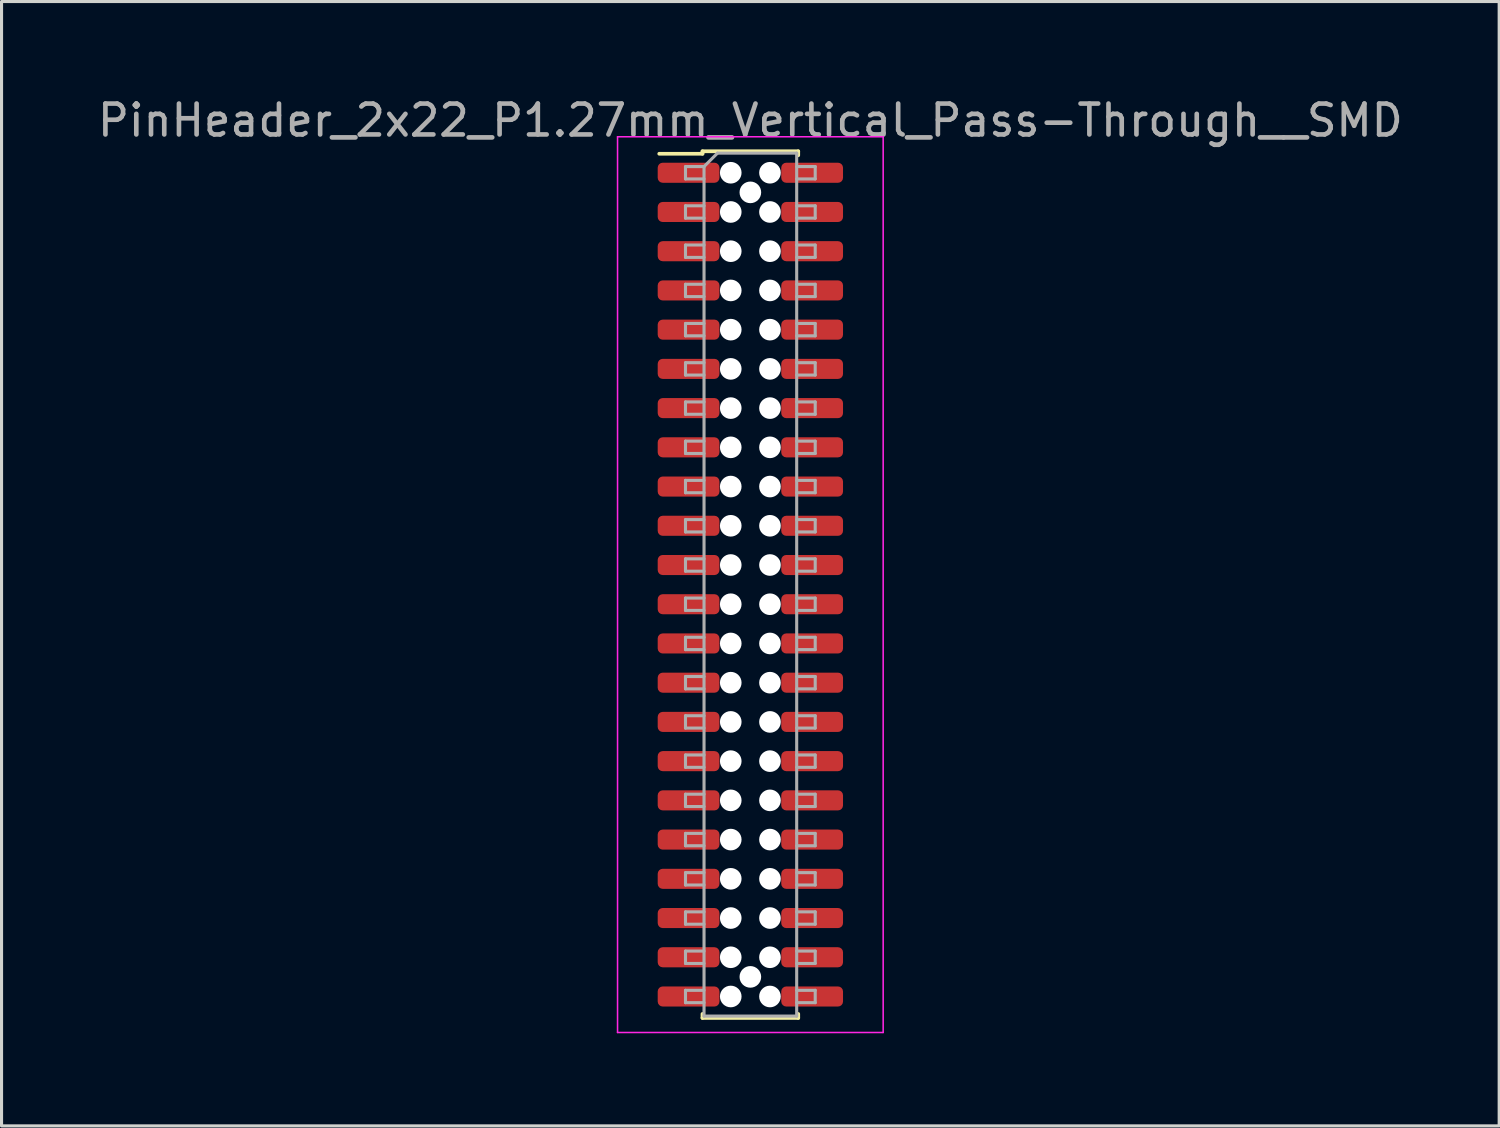
<source format=kicad_pcb>
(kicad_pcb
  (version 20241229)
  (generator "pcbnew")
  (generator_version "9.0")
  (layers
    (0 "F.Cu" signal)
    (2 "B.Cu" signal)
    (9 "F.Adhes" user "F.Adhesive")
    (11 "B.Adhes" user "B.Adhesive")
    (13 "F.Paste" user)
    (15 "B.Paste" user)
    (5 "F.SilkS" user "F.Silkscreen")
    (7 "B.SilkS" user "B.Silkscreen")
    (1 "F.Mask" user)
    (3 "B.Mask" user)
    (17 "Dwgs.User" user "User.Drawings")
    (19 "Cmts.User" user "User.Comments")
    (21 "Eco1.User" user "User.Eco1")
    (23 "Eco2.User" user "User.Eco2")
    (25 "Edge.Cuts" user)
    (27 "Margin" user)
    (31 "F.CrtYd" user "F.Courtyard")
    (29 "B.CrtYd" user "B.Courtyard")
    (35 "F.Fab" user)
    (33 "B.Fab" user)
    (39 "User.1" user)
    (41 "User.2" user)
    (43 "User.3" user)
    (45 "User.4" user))
  (footprint "PinHeader_2x22_P1.27mm_Vertical_Pass-Through__SMD"
    (layer "F.Cu")
    (at 21.244 15.878)
    (property "Reference" "PinHeader_2x22_P1.27mm_Vertical_Pass-Through__SMD" (at 0 -15.03 0) (layer "F.Fab") (effects (font (size 1 1) (thickness 0.15))))
    (attr smd)
    (fp_line (start -2.95 -13.95) (end -1.55 -13.95) (stroke (width 0.12) (type solid)) (layer "F.SilkS"))
    (fp_line (start -1.55 -14.03) (end -1.55 -13.95) (stroke (width 0.12) (type solid)) (layer "F.SilkS"))
    (fp_line (start -1.55 -14.03) (end 1.55 -14.03) (stroke (width 0.12) (type solid)) (layer "F.SilkS"))
    (fp_line (start -1.55 13.9) (end -1.55 14.03) (stroke (width 0.12) (type solid)) (layer "F.SilkS"))
    (fp_line (start -1.55 14.03) (end 1.55 14.03) (stroke (width 0.12) (type solid)) (layer "F.SilkS"))
    (fp_line (start 1.55 -14.03) (end 1.55 -13.9) (stroke (width 0.12) (type solid)) (layer "F.SilkS"))
    (fp_line (start 1.55 13.9) (end 1.55 14.03) (stroke (width 0.12) (type solid)) (layer "F.SilkS"))
    (fp_line (start -4.3 -14.5) (end -4.3 14.5) (stroke (width 0.05) (type solid)) (layer "F.CrtYd"))
    (fp_line (start -4.3 14.5) (end 4.3 14.5) (stroke (width 0.05) (type solid)) (layer "F.CrtYd"))
    (fp_line (start 4.3 -14.5) (end -4.3 -14.5) (stroke (width 0.05) (type solid)) (layer "F.CrtYd"))
    (fp_line (start 4.3 14.5) (end 4.3 -14.5) (stroke (width 0.05) (type solid)) (layer "F.CrtYd"))
    (fp_line (start -2.1 -13.535) (end -2.1 -13.135) (stroke (width 0.1) (type solid)) (layer "F.Fab"))
    (fp_line (start -2.1 -13.135) (end -1.5 -13.135) (stroke (width 0.1) (type solid)) (layer "F.Fab"))
    (fp_line (start -2.1 -12.265) (end -2.1 -11.865) (stroke (width 0.1) (type solid)) (layer "F.Fab"))
    (fp_line (start -2.1 -11.865) (end -1.5 -11.865) (stroke (width 0.1) (type solid)) (layer "F.Fab"))
    (fp_line (start -2.1 -10.995) (end -2.1 -10.595) (stroke (width 0.1) (type solid)) (layer "F.Fab"))
    (fp_line (start -2.1 -10.595) (end -1.5 -10.595) (stroke (width 0.1) (type solid)) (layer "F.Fab"))
    (fp_line (start -2.1 -9.725) (end -2.1 -9.325) (stroke (width 0.1) (type solid)) (layer "F.Fab"))
    (fp_line (start -2.1 -9.325) (end -1.5 -9.325) (stroke (width 0.1) (type solid)) (layer "F.Fab"))
    (fp_line (start -2.1 -8.455) (end -2.1 -8.055) (stroke (width 0.1) (type solid)) (layer "F.Fab"))
    (fp_line (start -2.1 -8.055) (end -1.5 -8.055) (stroke (width 0.1) (type solid)) (layer "F.Fab"))
    (fp_line (start -2.1 -7.185) (end -2.1 -6.785) (stroke (width 0.1) (type solid)) (layer "F.Fab"))
    (fp_line (start -2.1 -6.785) (end -1.5 -6.785) (stroke (width 0.1) (type solid)) (layer "F.Fab"))
    (fp_line (start -2.1 -5.915) (end -2.1 -5.515) (stroke (width 0.1) (type solid)) (layer "F.Fab"))
    (fp_line (start -2.1 -5.515) (end -1.5 -5.515) (stroke (width 0.1) (type solid)) (layer "F.Fab"))
    (fp_line (start -2.1 -4.645) (end -2.1 -4.245) (stroke (width 0.1) (type solid)) (layer "F.Fab"))
    (fp_line (start -2.1 -4.245) (end -1.5 -4.245) (stroke (width 0.1) (type solid)) (layer "F.Fab"))
    (fp_line (start -2.1 -3.375) (end -2.1 -2.975) (stroke (width 0.1) (type solid)) (layer "F.Fab"))
    (fp_line (start -2.1 -2.975) (end -1.5 -2.975) (stroke (width 0.1) (type solid)) (layer "F.Fab"))
    (fp_line (start -2.1 -2.105) (end -2.1 -1.705) (stroke (width 0.1) (type solid)) (layer "F.Fab"))
    (fp_line (start -2.1 -1.705) (end -1.5 -1.705) (stroke (width 0.1) (type solid)) (layer "F.Fab"))
    (fp_line (start -2.1 -0.835) (end -2.1 -0.435) (stroke (width 0.1) (type solid)) (layer "F.Fab"))
    (fp_line (start -2.1 -0.435) (end -1.5 -0.435) (stroke (width 0.1) (type solid)) (layer "F.Fab"))
    (fp_line (start -2.1 0.435) (end -2.1 0.835) (stroke (width 0.1) (type solid)) (layer "F.Fab"))
    (fp_line (start -2.1 0.835) (end -1.5 0.835) (stroke (width 0.1) (type solid)) (layer "F.Fab"))
    (fp_line (start -2.1 1.705) (end -2.1 2.105) (stroke (width 0.1) (type solid)) (layer "F.Fab"))
    (fp_line (start -2.1 2.105) (end -1.5 2.105) (stroke (width 0.1) (type solid)) (layer "F.Fab"))
    (fp_line (start -2.1 2.975) (end -2.1 3.375) (stroke (width 0.1) (type solid)) (layer "F.Fab"))
    (fp_line (start -2.1 3.375) (end -1.5 3.375) (stroke (width 0.1) (type solid)) (layer "F.Fab"))
    (fp_line (start -2.1 4.245) (end -2.1 4.645) (stroke (width 0.1) (type solid)) (layer "F.Fab"))
    (fp_line (start -2.1 4.645) (end -1.5 4.645) (stroke (width 0.1) (type solid)) (layer "F.Fab"))
    (fp_line (start -2.1 5.515) (end -2.1 5.915) (stroke (width 0.1) (type solid)) (layer "F.Fab"))
    (fp_line (start -2.1 5.915) (end -1.5 5.915) (stroke (width 0.1) (type solid)) (layer "F.Fab"))
    (fp_line (start -2.1 6.785) (end -2.1 7.185) (stroke (width 0.1) (type solid)) (layer "F.Fab"))
    (fp_line (start -2.1 7.185) (end -1.5 7.185) (stroke (width 0.1) (type solid)) (layer "F.Fab"))
    (fp_line (start -2.1 8.055) (end -2.1 8.455) (stroke (width 0.1) (type solid)) (layer "F.Fab"))
    (fp_line (start -2.1 8.455) (end -1.5 8.455) (stroke (width 0.1) (type solid)) (layer "F.Fab"))
    (fp_line (start -2.1 9.325) (end -2.1 9.725) (stroke (width 0.1) (type solid)) (layer "F.Fab"))
    (fp_line (start -2.1 9.725) (end -1.5 9.725) (stroke (width 0.1) (type solid)) (layer "F.Fab"))
    (fp_line (start -2.1 10.595) (end -2.1 10.995) (stroke (width 0.1) (type solid)) (layer "F.Fab"))
    (fp_line (start -2.1 10.995) (end -1.5 10.995) (stroke (width 0.1) (type solid)) (layer "F.Fab"))
    (fp_line (start -2.1 11.865) (end -2.1 12.265) (stroke (width 0.1) (type solid)) (layer "F.Fab"))
    (fp_line (start -2.1 12.265) (end -1.5 12.265) (stroke (width 0.1) (type solid)) (layer "F.Fab"))
    (fp_line (start -2.1 13.135) (end -2.1 13.535) (stroke (width 0.1) (type solid)) (layer "F.Fab"))
    (fp_line (start -2.1 13.535) (end -1.5 13.535) (stroke (width 0.1) (type solid)) (layer "F.Fab"))
    (fp_line (start -1.5 -13.535) (end -2.1 -13.535) (stroke (width 0.1) (type solid)) (layer "F.Fab"))
    (fp_line (start -1.5 -13.535) (end -1.065 -13.97) (stroke (width 0.1) (type solid)) (layer "F.Fab"))
    (fp_line (start -1.5 -12.265) (end -2.1 -12.265) (stroke (width 0.1) (type solid)) (layer "F.Fab"))
    (fp_line (start -1.5 -10.995) (end -2.1 -10.995) (stroke (width 0.1) (type solid)) (layer "F.Fab"))
    (fp_line (start -1.5 -9.725) (end -2.1 -9.725) (stroke (width 0.1) (type solid)) (layer "F.Fab"))
    (fp_line (start -1.5 -8.455) (end -2.1 -8.455) (stroke (width 0.1) (type solid)) (layer "F.Fab"))
    (fp_line (start -1.5 -7.185) (end -2.1 -7.185) (stroke (width 0.1) (type solid)) (layer "F.Fab"))
    (fp_line (start -1.5 -5.915) (end -2.1 -5.915) (stroke (width 0.1) (type solid)) (layer "F.Fab"))
    (fp_line (start -1.5 -4.645) (end -2.1 -4.645) (stroke (width 0.1) (type solid)) (layer "F.Fab"))
    (fp_line (start -1.5 -3.375) (end -2.1 -3.375) (stroke (width 0.1) (type solid)) (layer "F.Fab"))
    (fp_line (start -1.5 -2.105) (end -2.1 -2.105) (stroke (width 0.1) (type solid)) (layer "F.Fab"))
    (fp_line (start -1.5 -0.835) (end -2.1 -0.835) (stroke (width 0.1) (type solid)) (layer "F.Fab"))
    (fp_line (start -1.5 0.435) (end -2.1 0.435) (stroke (width 0.1) (type solid)) (layer "F.Fab"))
    (fp_line (start -1.5 1.705) (end -2.1 1.705) (stroke (width 0.1) (type solid)) (layer "F.Fab"))
    (fp_line (start -1.5 2.975) (end -2.1 2.975) (stroke (width 0.1) (type solid)) (layer "F.Fab"))
    (fp_line (start -1.5 4.245) (end -2.1 4.245) (stroke (width 0.1) (type solid)) (layer "F.Fab"))
    (fp_line (start -1.5 5.515) (end -2.1 5.515) (stroke (width 0.1) (type solid)) (layer "F.Fab"))
    (fp_line (start -1.5 6.785) (end -2.1 6.785) (stroke (width 0.1) (type solid)) (layer "F.Fab"))
    (fp_line (start -1.5 8.055) (end -2.1 8.055) (stroke (width 0.1) (type solid)) (layer "F.Fab"))
    (fp_line (start -1.5 9.325) (end -2.1 9.325) (stroke (width 0.1) (type solid)) (layer "F.Fab"))
    (fp_line (start -1.5 10.595) (end -2.1 10.595) (stroke (width 0.1) (type solid)) (layer "F.Fab"))
    (fp_line (start -1.5 11.865) (end -2.1 11.865) (stroke (width 0.1) (type solid)) (layer "F.Fab"))
    (fp_line (start -1.5 13.135) (end -2.1 13.135) (stroke (width 0.1) (type solid)) (layer "F.Fab"))
    (fp_line (start -1.5 13.97) (end -1.5 -13.535) (stroke (width 0.1) (type solid)) (layer "F.Fab"))
    (fp_line (start -1.065 -13.97) (end 1.5 -13.97) (stroke (width 0.1) (type solid)) (layer "F.Fab"))
    (fp_line (start 1.5 -13.97) (end 1.5 13.97) (stroke (width 0.1) (type solid)) (layer "F.Fab"))
    (fp_line (start 1.5 -13.535) (end 2.1 -13.535) (stroke (width 0.1) (type solid)) (layer "F.Fab"))
    (fp_line (start 1.5 -12.265) (end 2.1 -12.265) (stroke (width 0.1) (type solid)) (layer "F.Fab"))
    (fp_line (start 1.5 -10.995) (end 2.1 -10.995) (stroke (width 0.1) (type solid)) (layer "F.Fab"))
    (fp_line (start 1.5 -9.725) (end 2.1 -9.725) (stroke (width 0.1) (type solid)) (layer "F.Fab"))
    (fp_line (start 1.5 -8.455) (end 2.1 -8.455) (stroke (width 0.1) (type solid)) (layer "F.Fab"))
    (fp_line (start 1.5 -7.185) (end 2.1 -7.185) (stroke (width 0.1) (type solid)) (layer "F.Fab"))
    (fp_line (start 1.5 -5.915) (end 2.1 -5.915) (stroke (width 0.1) (type solid)) (layer "F.Fab"))
    (fp_line (start 1.5 -4.645) (end 2.1 -4.645) (stroke (width 0.1) (type solid)) (layer "F.Fab"))
    (fp_line (start 1.5 -3.375) (end 2.1 -3.375) (stroke (width 0.1) (type solid)) (layer "F.Fab"))
    (fp_line (start 1.5 -2.105) (end 2.1 -2.105) (stroke (width 0.1) (type solid)) (layer "F.Fab"))
    (fp_line (start 1.5 -0.835) (end 2.1 -0.835) (stroke (width 0.1) (type solid)) (layer "F.Fab"))
    (fp_line (start 1.5 0.435) (end 2.1 0.435) (stroke (width 0.1) (type solid)) (layer "F.Fab"))
    (fp_line (start 1.5 1.705) (end 2.1 1.705) (stroke (width 0.1) (type solid)) (layer "F.Fab"))
    (fp_line (start 1.5 2.975) (end 2.1 2.975) (stroke (width 0.1) (type solid)) (layer "F.Fab"))
    (fp_line (start 1.5 4.245) (end 2.1 4.245) (stroke (width 0.1) (type solid)) (layer "F.Fab"))
    (fp_line (start 1.5 5.515) (end 2.1 5.515) (stroke (width 0.1) (type solid)) (layer "F.Fab"))
    (fp_line (start 1.5 6.785) (end 2.1 6.785) (stroke (width 0.1) (type solid)) (layer "F.Fab"))
    (fp_line (start 1.5 8.055) (end 2.1 8.055) (stroke (width 0.1) (type solid)) (layer "F.Fab"))
    (fp_line (start 1.5 9.325) (end 2.1 9.325) (stroke (width 0.1) (type solid)) (layer "F.Fab"))
    (fp_line (start 1.5 10.595) (end 2.1 10.595) (stroke (width 0.1) (type solid)) (layer "F.Fab"))
    (fp_line (start 1.5 11.865) (end 2.1 11.865) (stroke (width 0.1) (type solid)) (layer "F.Fab"))
    (fp_line (start 1.5 13.135) (end 2.1 13.135) (stroke (width 0.1) (type solid)) (layer "F.Fab"))
    (fp_line (start 1.5 13.97) (end -1.5 13.97) (stroke (width 0.1) (type solid)) (layer "F.Fab"))
    (fp_line (start 2.1 -13.535) (end 2.1 -13.135) (stroke (width 0.1) (type solid)) (layer "F.Fab"))
    (fp_line (start 2.1 -13.135) (end 1.5 -13.135) (stroke (width 0.1) (type solid)) (layer "F.Fab"))
    (fp_line (start 2.1 -12.265) (end 2.1 -11.865) (stroke (width 0.1) (type solid)) (layer "F.Fab"))
    (fp_line (start 2.1 -11.865) (end 1.5 -11.865) (stroke (width 0.1) (type solid)) (layer "F.Fab"))
    (fp_line (start 2.1 -10.995) (end 2.1 -10.595) (stroke (width 0.1) (type solid)) (layer "F.Fab"))
    (fp_line (start 2.1 -10.595) (end 1.5 -10.595) (stroke (width 0.1) (type solid)) (layer "F.Fab"))
    (fp_line (start 2.1 -9.725) (end 2.1 -9.325) (stroke (width 0.1) (type solid)) (layer "F.Fab"))
    (fp_line (start 2.1 -9.325) (end 1.5 -9.325) (stroke (width 0.1) (type solid)) (layer "F.Fab"))
    (fp_line (start 2.1 -8.455) (end 2.1 -8.055) (stroke (width 0.1) (type solid)) (layer "F.Fab"))
    (fp_line (start 2.1 -8.055) (end 1.5 -8.055) (stroke (width 0.1) (type solid)) (layer "F.Fab"))
    (fp_line (start 2.1 -7.185) (end 2.1 -6.785) (stroke (width 0.1) (type solid)) (layer "F.Fab"))
    (fp_line (start 2.1 -6.785) (end 1.5 -6.785) (stroke (width 0.1) (type solid)) (layer "F.Fab"))
    (fp_line (start 2.1 -5.915) (end 2.1 -5.515) (stroke (width 0.1) (type solid)) (layer "F.Fab"))
    (fp_line (start 2.1 -5.515) (end 1.5 -5.515) (stroke (width 0.1) (type solid)) (layer "F.Fab"))
    (fp_line (start 2.1 -4.645) (end 2.1 -4.245) (stroke (width 0.1) (type solid)) (layer "F.Fab"))
    (fp_line (start 2.1 -4.245) (end 1.5 -4.245) (stroke (width 0.1) (type solid)) (layer "F.Fab"))
    (fp_line (start 2.1 -3.375) (end 2.1 -2.975) (stroke (width 0.1) (type solid)) (layer "F.Fab"))
    (fp_line (start 2.1 -2.975) (end 1.5 -2.975) (stroke (width 0.1) (type solid)) (layer "F.Fab"))
    (fp_line (start 2.1 -2.105) (end 2.1 -1.705) (stroke (width 0.1) (type solid)) (layer "F.Fab"))
    (fp_line (start 2.1 -1.705) (end 1.5 -1.705) (stroke (width 0.1) (type solid)) (layer "F.Fab"))
    (fp_line (start 2.1 -0.835) (end 2.1 -0.435) (stroke (width 0.1) (type solid)) (layer "F.Fab"))
    (fp_line (start 2.1 -0.435) (end 1.5 -0.435) (stroke (width 0.1) (type solid)) (layer "F.Fab"))
    (fp_line (start 2.1 0.435) (end 2.1 0.835) (stroke (width 0.1) (type solid)) (layer "F.Fab"))
    (fp_line (start 2.1 0.835) (end 1.5 0.835) (stroke (width 0.1) (type solid)) (layer "F.Fab"))
    (fp_line (start 2.1 1.705) (end 2.1 2.105) (stroke (width 0.1) (type solid)) (layer "F.Fab"))
    (fp_line (start 2.1 2.105) (end 1.5 2.105) (stroke (width 0.1) (type solid)) (layer "F.Fab"))
    (fp_line (start 2.1 2.975) (end 2.1 3.375) (stroke (width 0.1) (type solid)) (layer "F.Fab"))
    (fp_line (start 2.1 3.375) (end 1.5 3.375) (stroke (width 0.1) (type solid)) (layer "F.Fab"))
    (fp_line (start 2.1 4.245) (end 2.1 4.645) (stroke (width 0.1) (type solid)) (layer "F.Fab"))
    (fp_line (start 2.1 4.645) (end 1.5 4.645) (stroke (width 0.1) (type solid)) (layer "F.Fab"))
    (fp_line (start 2.1 5.515) (end 2.1 5.915) (stroke (width 0.1) (type solid)) (layer "F.Fab"))
    (fp_line (start 2.1 5.915) (end 1.5 5.915) (stroke (width 0.1) (type solid)) (layer "F.Fab"))
    (fp_line (start 2.1 6.785) (end 2.1 7.185) (stroke (width 0.1) (type solid)) (layer "F.Fab"))
    (fp_line (start 2.1 7.185) (end 1.5 7.185) (stroke (width 0.1) (type solid)) (layer "F.Fab"))
    (fp_line (start 2.1 8.055) (end 2.1 8.455) (stroke (width 0.1) (type solid)) (layer "F.Fab"))
    (fp_line (start 2.1 8.455) (end 1.5 8.455) (stroke (width 0.1) (type solid)) (layer "F.Fab"))
    (fp_line (start 2.1 9.325) (end 2.1 9.725) (stroke (width 0.1) (type solid)) (layer "F.Fab"))
    (fp_line (start 2.1 9.725) (end 1.5 9.725) (stroke (width 0.1) (type solid)) (layer "F.Fab"))
    (fp_line (start 2.1 10.595) (end 2.1 10.995) (stroke (width 0.1) (type solid)) (layer "F.Fab"))
    (fp_line (start 2.1 10.995) (end 1.5 10.995) (stroke (width 0.1) (type solid)) (layer "F.Fab"))
    (fp_line (start 2.1 11.865) (end 2.1 12.265) (stroke (width 0.1) (type solid)) (layer "F.Fab"))
    (fp_line (start 2.1 12.265) (end 1.5 12.265) (stroke (width 0.1) (type solid)) (layer "F.Fab"))
    (fp_line (start 2.1 13.135) (end 2.1 13.535) (stroke (width 0.1) (type solid)) (layer "F.Fab"))
    (fp_line (start 2.1 13.535) (end 1.5 13.535) (stroke (width 0.1) (type solid)) (layer "F.Fab"))
    (pad "" np_thru_hole circle (at -0.635 -13.335) (size 0.7 0.7) (drill 0.7) (layers "*.Cu" "*.Mask"))
    (pad "" np_thru_hole circle (at -0.635 -12.065) (size 0.7 0.7) (drill 0.7) (layers "*.Cu" "*.Mask"))
    (pad "" np_thru_hole circle (at -0.635 -10.795) (size 0.7 0.7) (drill 0.7) (layers "*.Cu" "*.Mask"))
    (pad "" np_thru_hole circle (at -0.635 -9.525) (size 0.7 0.7) (drill 0.7) (layers "*.Cu" "*.Mask"))
    (pad "" np_thru_hole circle (at -0.635 -8.255) (size 0.7 0.7) (drill 0.7) (layers "*.Cu" "*.Mask"))
    (pad "" np_thru_hole circle (at -0.635 -6.985) (size 0.7 0.7) (drill 0.7) (layers "*.Cu" "*.Mask"))
    (pad "" np_thru_hole circle (at -0.635 -5.715) (size 0.7 0.7) (drill 0.7) (layers "*.Cu" "*.Mask"))
    (pad "" np_thru_hole circle (at -0.635 -4.445) (size 0.7 0.7) (drill 0.7) (layers "*.Cu" "*.Mask"))
    (pad "" np_thru_hole circle (at -0.635 -3.175) (size 0.7 0.7) (drill 0.7) (layers "*.Cu" "*.Mask"))
    (pad "" np_thru_hole circle (at -0.635 -1.905) (size 0.7 0.7) (drill 0.7) (layers "*.Cu" "*.Mask"))
    (pad "" np_thru_hole circle (at -0.635 -0.635) (size 0.7 0.7) (drill 0.7) (layers "*.Cu" "*.Mask"))
    (pad "" np_thru_hole circle (at -0.635 0.635) (size 0.7 0.7) (drill 0.7) (layers "*.Cu" "*.Mask"))
    (pad "" np_thru_hole circle (at -0.635 1.905) (size 0.7 0.7) (drill 0.7) (layers "*.Cu" "*.Mask"))
    (pad "" np_thru_hole circle (at -0.635 3.175) (size 0.7 0.7) (drill 0.7) (layers "*.Cu" "*.Mask"))
    (pad "" np_thru_hole circle (at -0.635 4.445) (size 0.7 0.7) (drill 0.7) (layers "*.Cu" "*.Mask"))
    (pad "" np_thru_hole circle (at -0.635 5.715) (size 0.7 0.7) (drill 0.7) (layers "*.Cu" "*.Mask"))
    (pad "" np_thru_hole circle (at -0.635 6.985) (size 0.7 0.7) (drill 0.7) (layers "*.Cu" "*.Mask"))
    (pad "" np_thru_hole circle (at -0.635 8.255) (size 0.7 0.7) (drill 0.7) (layers "*.Cu" "*.Mask"))
    (pad "" np_thru_hole circle (at -0.635 9.525) (size 0.7 0.7) (drill 0.7) (layers "*.Cu" "*.Mask"))
    (pad "" np_thru_hole circle (at -0.635 10.795) (size 0.7 0.7) (drill 0.7) (layers "*.Cu" "*.Mask"))
    (pad "" np_thru_hole circle (at -0.635 12.065) (size 0.7 0.7) (drill 0.7) (layers "*.Cu" "*.Mask"))
    (pad "" np_thru_hole circle (at -0.635 13.335) (size 0.7 0.7) (drill 0.7) (layers "*.Cu" "*.Mask"))
    (pad "" np_thru_hole circle (at 0 -12.7) (size 0.7 0.7) (drill 0.7) (layers "*.Cu" "*.Mask"))
    (pad "" np_thru_hole circle (at 0 12.7) (size 0.7 0.7) (drill 0.7) (layers "*.Cu" "*.Mask"))
    (pad "" np_thru_hole circle (at 0.635 -13.335) (size 0.7 0.7) (drill 0.7) (layers "*.Cu" "*.Mask"))
    (pad "" np_thru_hole circle (at 0.635 -12.065) (size 0.7 0.7) (drill 0.7) (layers "*.Cu" "*.Mask"))
    (pad "" np_thru_hole circle (at 0.635 -10.795) (size 0.7 0.7) (drill 0.7) (layers "*.Cu" "*.Mask"))
    (pad "" np_thru_hole circle (at 0.635 -9.525) (size 0.7 0.7) (drill 0.7) (layers "*.Cu" "*.Mask"))
    (pad "" np_thru_hole circle (at 0.635 -8.255) (size 0.7 0.7) (drill 0.7) (layers "*.Cu" "*.Mask"))
    (pad "" np_thru_hole circle (at 0.635 -6.985) (size 0.7 0.7) (drill 0.7) (layers "*.Cu" "*.Mask"))
    (pad "" np_thru_hole circle (at 0.635 -5.715) (size 0.7 0.7) (drill 0.7) (layers "*.Cu" "*.Mask"))
    (pad "" np_thru_hole circle (at 0.635 -4.445) (size 0.7 0.7) (drill 0.7) (layers "*.Cu" "*.Mask"))
    (pad "" np_thru_hole circle (at 0.635 -3.175) (size 0.7 0.7) (drill 0.7) (layers "*.Cu" "*.Mask"))
    (pad "" np_thru_hole circle (at 0.635 -1.905) (size 0.7 0.7) (drill 0.7) (layers "*.Cu" "*.Mask"))
    (pad "" np_thru_hole circle (at 0.635 -0.635) (size 0.7 0.7) (drill 0.7) (layers "*.Cu" "*.Mask"))
    (pad "" np_thru_hole circle (at 0.635 0.635) (size 0.7 0.7) (drill 0.7) (layers "*.Cu" "*.Mask"))
    (pad "" np_thru_hole circle (at 0.635 1.905) (size 0.7 0.7) (drill 0.7) (layers "*.Cu" "*.Mask"))
    (pad "" np_thru_hole circle (at 0.635 3.175) (size 0.7 0.7) (drill 0.7) (layers "*.Cu" "*.Mask"))
    (pad "" np_thru_hole circle (at 0.635 4.445) (size 0.7 0.7) (drill 0.7) (layers "*.Cu" "*.Mask"))
    (pad "" np_thru_hole circle (at 0.635 5.715) (size 0.7 0.7) (drill 0.7) (layers "*.Cu" "*.Mask"))
    (pad "" np_thru_hole circle (at 0.635 6.985) (size 0.7 0.7) (drill 0.7) (layers "*.Cu" "*.Mask"))
    (pad "" np_thru_hole circle (at 0.635 8.255) (size 0.7 0.7) (drill 0.7) (layers "*.Cu" "*.Mask"))
    (pad "" np_thru_hole circle (at 0.635 9.525) (size 0.7 0.7) (drill 0.7) (layers "*.Cu" "*.Mask"))
    (pad "" np_thru_hole circle (at 0.635 10.795) (size 0.7 0.7) (drill 0.7) (layers "*.Cu" "*.Mask"))
    (pad "" np_thru_hole circle (at 0.635 12.065) (size 0.7 0.7) (drill 0.7) (layers "*.Cu" "*.Mask"))
    (pad "" np_thru_hole circle (at 0.635 13.335) (size 0.7 0.7) (drill 0.7) (layers "*.Cu" "*.Mask"))
    (pad "1" smd roundrect (at -2 -13.335) (size 2 0.65) (layers "F.Cu" "F.Mask" "F.Paste") (roundrect_rratio 0.25))
    (pad "2" smd roundrect (at 2 -13.335) (size 2 0.65) (layers "F.Cu" "F.Mask" "F.Paste") (roundrect_rratio 0.25))
    (pad "3" smd roundrect (at -2 -12.065) (size 2 0.65) (layers "F.Cu" "F.Mask" "F.Paste") (roundrect_rratio 0.25))
    (pad "4" smd roundrect (at 2 -12.065) (size 2 0.65) (layers "F.Cu" "F.Mask" "F.Paste") (roundrect_rratio 0.25))
    (pad "5" smd roundrect (at -2 -10.795) (size 2 0.65) (layers "F.Cu" "F.Mask" "F.Paste") (roundrect_rratio 0.25))
    (pad "6" smd roundrect (at 2 -10.795) (size 2 0.65) (layers "F.Cu" "F.Mask" "F.Paste") (roundrect_rratio 0.25))
    (pad "7" smd roundrect (at -2 -9.525) (size 2 0.65) (layers "F.Cu" "F.Mask" "F.Paste") (roundrect_rratio 0.25))
    (pad "8" smd roundrect (at 2 -9.525) (size 2 0.65) (layers "F.Cu" "F.Mask" "F.Paste") (roundrect_rratio 0.25))
    (pad "9" smd roundrect (at -2 -8.255) (size 2 0.65) (layers "F.Cu" "F.Mask" "F.Paste") (roundrect_rratio 0.25))
    (pad "10" smd roundrect (at 2 -8.255) (size 2 0.65) (layers "F.Cu" "F.Mask" "F.Paste") (roundrect_rratio 0.25))
    (pad "11" smd roundrect (at -2 -6.985) (size 2 0.65) (layers "F.Cu" "F.Mask" "F.Paste") (roundrect_rratio 0.25))
    (pad "12" smd roundrect (at 2 -6.985) (size 2 0.65) (layers "F.Cu" "F.Mask" "F.Paste") (roundrect_rratio 0.25))
    (pad "13" smd roundrect (at -2 -5.715) (size 2 0.65) (layers "F.Cu" "F.Mask" "F.Paste") (roundrect_rratio 0.25))
    (pad "14" smd roundrect (at 2 -5.715) (size 2 0.65) (layers "F.Cu" "F.Mask" "F.Paste") (roundrect_rratio 0.25))
    (pad "15" smd roundrect (at -2 -4.445) (size 2 0.65) (layers "F.Cu" "F.Mask" "F.Paste") (roundrect_rratio 0.25))
    (pad "16" smd roundrect (at 2 -4.445) (size 2 0.65) (layers "F.Cu" "F.Mask" "F.Paste") (roundrect_rratio 0.25))
    (pad "17" smd roundrect (at -2 -3.175) (size 2 0.65) (layers "F.Cu" "F.Mask" "F.Paste") (roundrect_rratio 0.25))
    (pad "18" smd roundrect (at 2 -3.175) (size 2 0.65) (layers "F.Cu" "F.Mask" "F.Paste") (roundrect_rratio 0.25))
    (pad "19" smd roundrect (at -2 -1.905) (size 2 0.65) (layers "F.Cu" "F.Mask" "F.Paste") (roundrect_rratio 0.25))
    (pad "20" smd roundrect (at 2 -1.905) (size 2 0.65) (layers "F.Cu" "F.Mask" "F.Paste") (roundrect_rratio 0.25))
    (pad "21" smd roundrect (at -2 -0.635) (size 2 0.65) (layers "F.Cu" "F.Mask" "F.Paste") (roundrect_rratio 0.25))
    (pad "22" smd roundrect (at 2 -0.635) (size 2 0.65) (layers "F.Cu" "F.Mask" "F.Paste") (roundrect_rratio 0.25))
    (pad "23" smd roundrect (at -2 0.635) (size 2 0.65) (layers "F.Cu" "F.Mask" "F.Paste") (roundrect_rratio 0.25))
    (pad "24" smd roundrect (at 2 0.635) (size 2 0.65) (layers "F.Cu" "F.Mask" "F.Paste") (roundrect_rratio 0.25))
    (pad "25" smd roundrect (at -2 1.905) (size 2 0.65) (layers "F.Cu" "F.Mask" "F.Paste") (roundrect_rratio 0.25))
    (pad "26" smd roundrect (at 2 1.905) (size 2 0.65) (layers "F.Cu" "F.Mask" "F.Paste") (roundrect_rratio 0.25))
    (pad "27" smd roundrect (at -2 3.175) (size 2 0.65) (layers "F.Cu" "F.Mask" "F.Paste") (roundrect_rratio 0.25))
    (pad "28" smd roundrect (at 2 3.175) (size 2 0.65) (layers "F.Cu" "F.Mask" "F.Paste") (roundrect_rratio 0.25))
    (pad "29" smd roundrect (at -2 4.445) (size 2 0.65) (layers "F.Cu" "F.Mask" "F.Paste") (roundrect_rratio 0.25))
    (pad "30" smd roundrect (at 2 4.445) (size 2 0.65) (layers "F.Cu" "F.Mask" "F.Paste") (roundrect_rratio 0.25))
    (pad "31" smd roundrect (at -2 5.715) (size 2 0.65) (layers "F.Cu" "F.Mask" "F.Paste") (roundrect_rratio 0.25))
    (pad "32" smd roundrect (at 2 5.715) (size 2 0.65) (layers "F.Cu" "F.Mask" "F.Paste") (roundrect_rratio 0.25))
    (pad "33" smd roundrect (at -2 6.985) (size 2 0.65) (layers "F.Cu" "F.Mask" "F.Paste") (roundrect_rratio 0.25))
    (pad "34" smd roundrect (at 2 6.985) (size 2 0.65) (layers "F.Cu" "F.Mask" "F.Paste") (roundrect_rratio 0.25))
    (pad "35" smd roundrect (at -2 8.255) (size 2 0.65) (layers "F.Cu" "F.Mask" "F.Paste") (roundrect_rratio 0.25))
    (pad "36" smd roundrect (at 2 8.255) (size 2 0.65) (layers "F.Cu" "F.Mask" "F.Paste") (roundrect_rratio 0.25))
    (pad "37" smd roundrect (at -2 9.525) (size 2 0.65) (layers "F.Cu" "F.Mask" "F.Paste") (roundrect_rratio 0.25))
    (pad "38" smd roundrect (at 2 9.525) (size 2 0.65) (layers "F.Cu" "F.Mask" "F.Paste") (roundrect_rratio 0.25))
    (pad "39" smd roundrect (at -2 10.795) (size 2 0.65) (layers "F.Cu" "F.Mask" "F.Paste") (roundrect_rratio 0.25))
    (pad "40" smd roundrect (at 2 10.795) (size 2 0.65) (layers "F.Cu" "F.Mask" "F.Paste") (roundrect_rratio 0.25))
    (pad "41" smd roundrect (at -2 12.065) (size 2 0.65) (layers "F.Cu" "F.Mask" "F.Paste") (roundrect_rratio 0.25))
    (pad "42" smd roundrect (at 2 12.065) (size 2 0.65) (layers "F.Cu" "F.Mask" "F.Paste") (roundrect_rratio 0.25))
    (pad "43" smd roundrect (at -2 13.335) (size 2 0.65) (layers "F.Cu" "F.Mask" "F.Paste") (roundrect_rratio 0.25))
    (pad "44" smd roundrect (at 2 13.335) (size 2 0.65) (layers "F.Cu" "F.Mask" "F.Paste") (roundrect_rratio 0.25)))
  (gr_rect
    (start -3 -3)
    (end 45.488 33.403)
    (stroke (width 0.1) (type default))
    (fill no)
    (layer "Edge.Cuts")))
</source>
